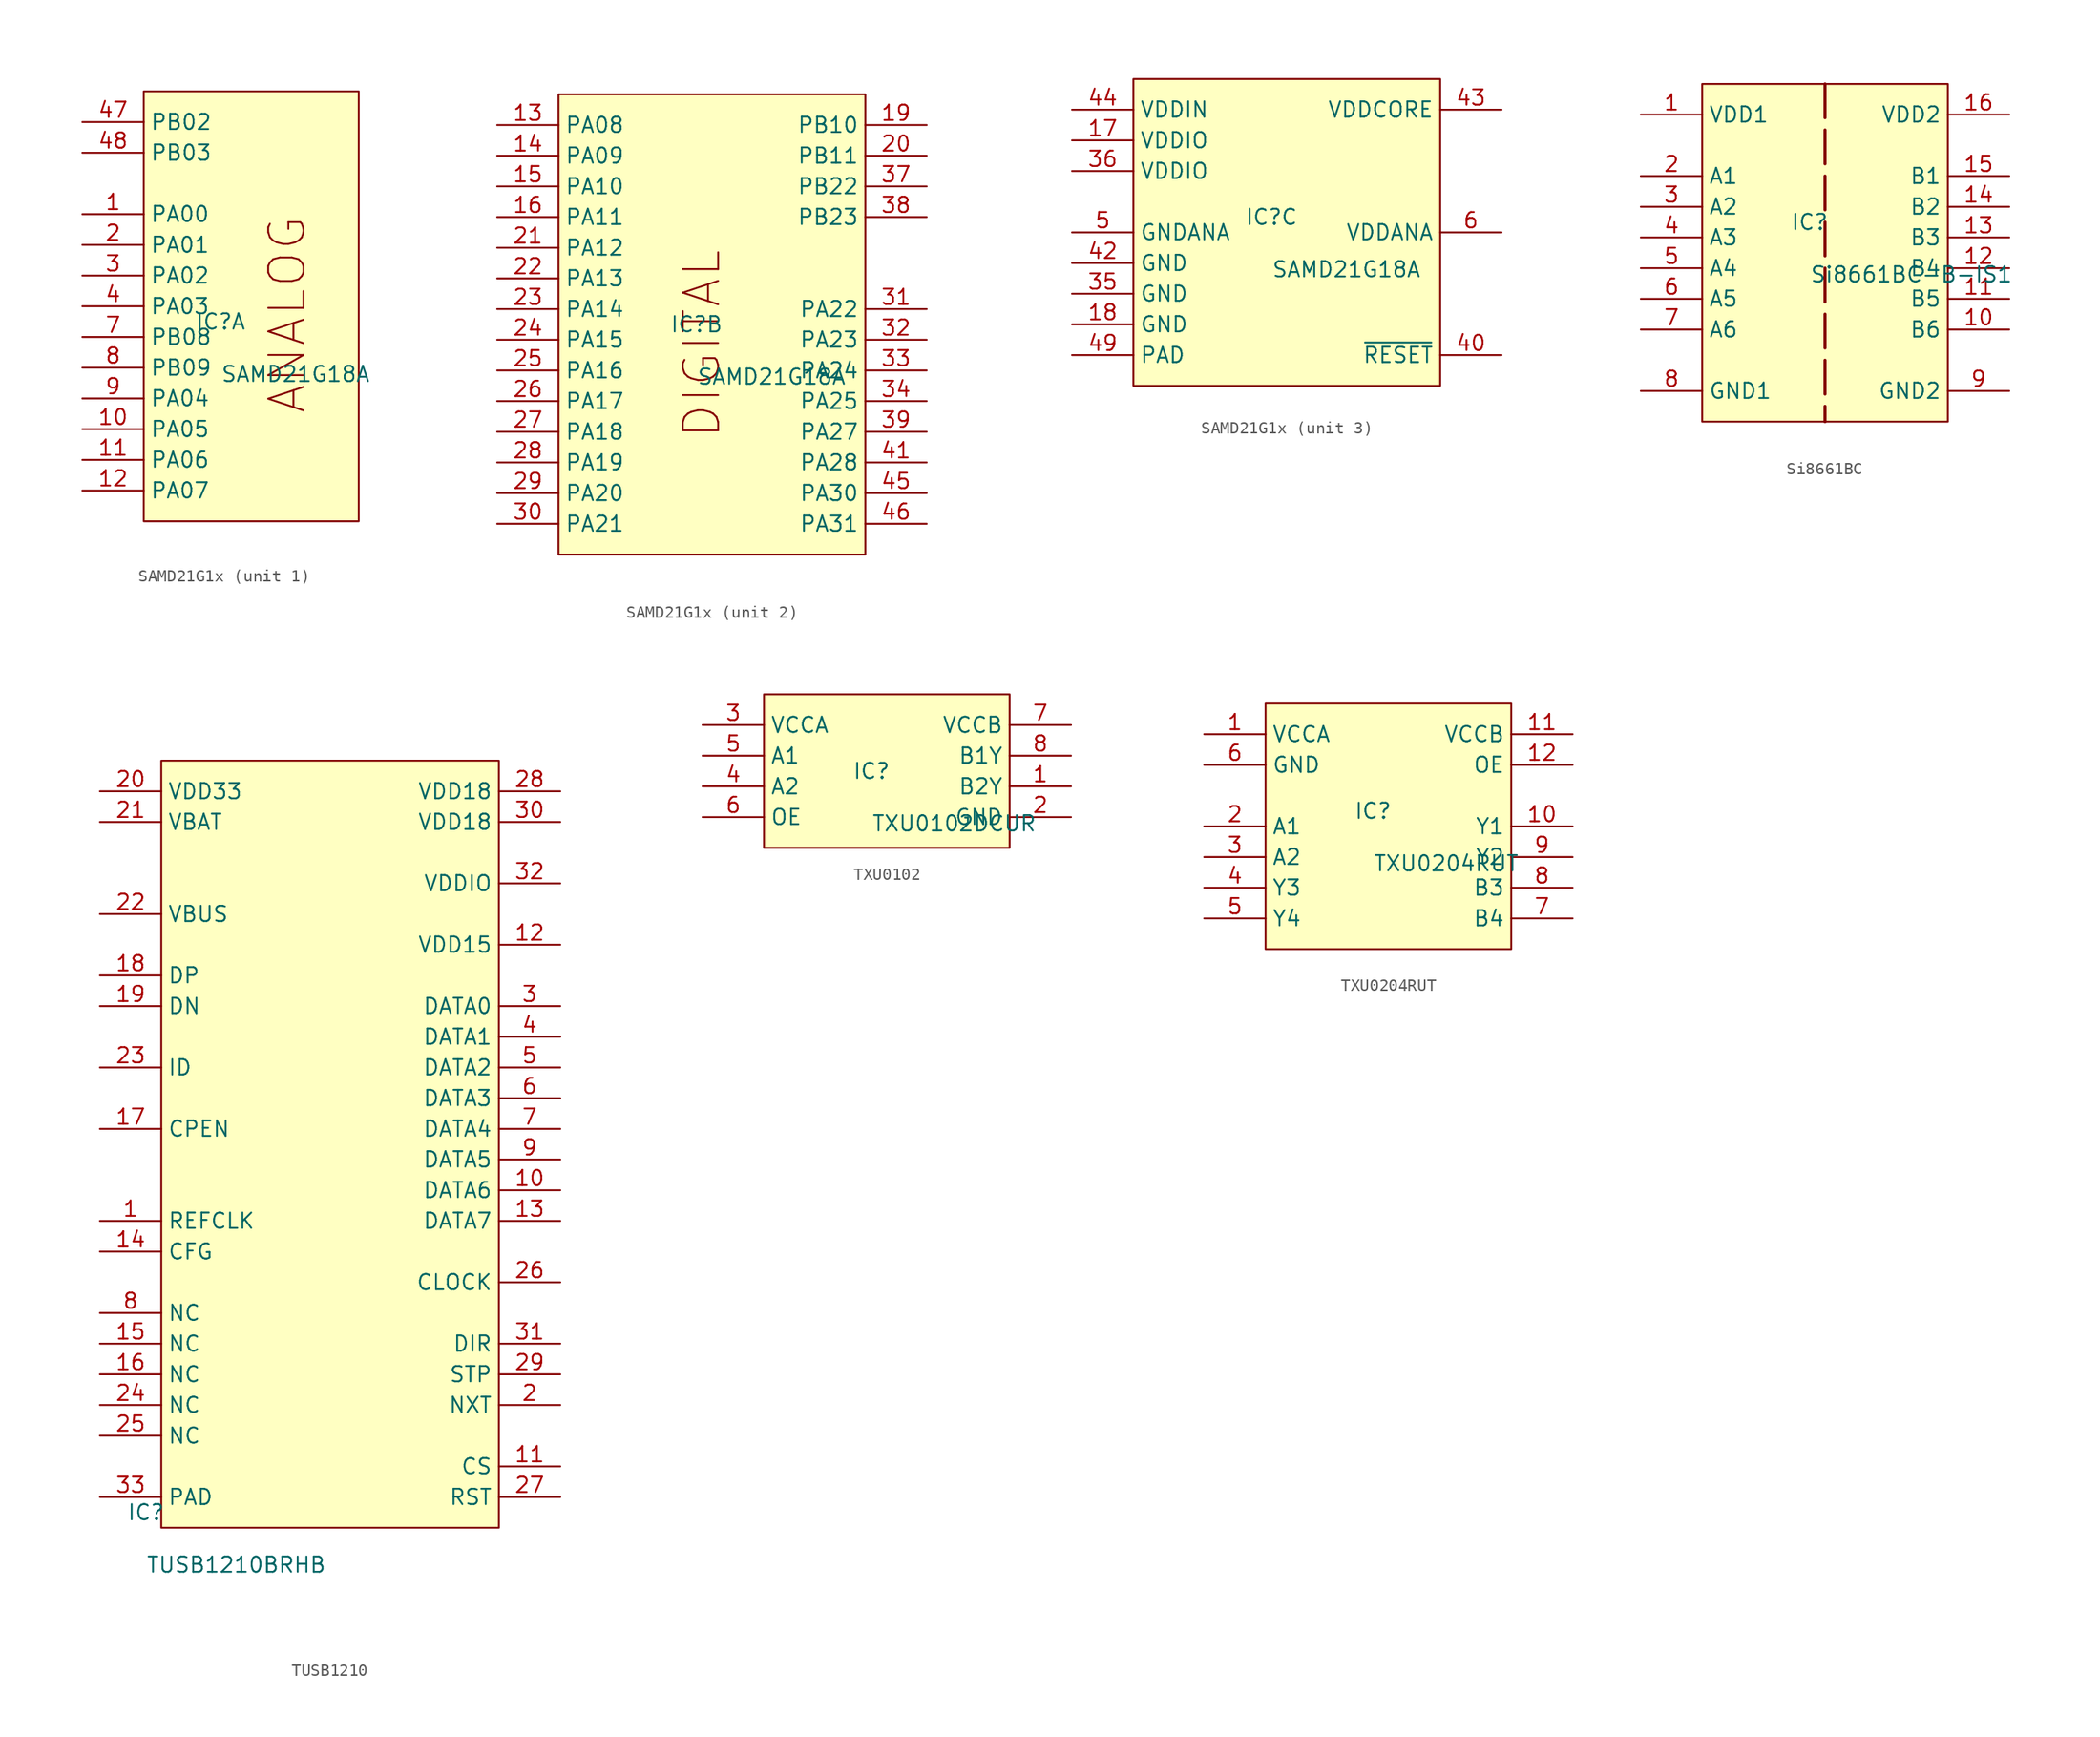
<source format=kicad_sym>
(kicad_symbol_lib
  (version 20231120)
  (generator "kicad_symbol_editor")
  (generator_version "8.0")
  (symbol "SAMD21G1x"
    (property "Reference" "IC"
      (at -1.27 1.27 0)
      (effects (font (size 1.27 1.27))))
    (property "Value" "SAMD21G18A"
      (at -1.27 -3.81 0)
      (effects (font (size 1.27 1.27)) (justify left bottom)))
    (symbol "SAMD21G1x_1_0"
      (rectangle (start -7.62 20.32) (end 10.16 -15.24) (stroke (width 0) (type solid) (color 128 0 0 1)) (fill (type background)))
      (text "ANALOG" (at 2.54 10.16 900) (effects (font (size 2.921 2.921)) (justify right top)))
      (pin passive line (at -12.7 10.16 0) (length 5.08) (name "PA00" (effects (font (size 1.27 1.27)))) (number "1" (effects (font (size 1.27 1.27)))))
      (pin passive line (at -12.7 -7.62 0) (length 5.08) (name "PA05" (effects (font (size 1.27 1.27)))) (number "10" (effects (font (size 1.27 1.27)))))
      (pin passive line (at -12.7 -10.16 0) (length 5.08) (name "PA06" (effects (font (size 1.27 1.27)))) (number "11" (effects (font (size 1.27 1.27)))))
      (pin passive line (at -12.7 -12.7 0) (length 5.08) (name "PA07" (effects (font (size 1.27 1.27)))) (number "12" (effects (font (size 1.27 1.27)))))
      (pin passive line (at -12.7 7.62 0) (length 5.08) (name "PA01" (effects (font (size 1.27 1.27)))) (number "2" (effects (font (size 1.27 1.27)))))
      (pin passive line (at -12.7 5.08 0) (length 5.08) (name "PA02" (effects (font (size 1.27 1.27)))) (number "3" (effects (font (size 1.27 1.27)))))
      (pin passive line (at -12.7 2.54 0) (length 5.08) (name "PA03" (effects (font (size 1.27 1.27)))) (number "4" (effects (font (size 1.27 1.27)))))
      (pin passive line (at -12.7 17.78 0) (length 5.08) (name "PB02" (effects (font (size 1.27 1.27)))) (number "47" (effects (font (size 1.27 1.27)))))
      (pin passive line (at -12.7 15.24 0) (length 5.08) (name "PB03" (effects (font (size 1.27 1.27)))) (number "48" (effects (font (size 1.27 1.27)))))
      (pin passive line (at -12.7 0 0) (length 5.08) (name "PB08" (effects (font (size 1.27 1.27)))) (number "7" (effects (font (size 1.27 1.27)))))
      (pin passive line (at -12.7 -2.54 0) (length 5.08) (name "PB09" (effects (font (size 1.27 1.27)))) (number "8" (effects (font (size 1.27 1.27)))))
      (pin passive line (at -12.7 -5.08 0) (length 5.08) (name "PA04" (effects (font (size 1.27 1.27)))) (number "9" (effects (font (size 1.27 1.27))))))
    (symbol "SAMD21G1x_2_0"
      (rectangle (start -12.7 20.32) (end 12.7 -17.78) (stroke (width 0) (type solid) (color 128 0 0 1)) (fill (type background)))
      (text "DIGITAL" (at -2.54 7.62 900) (effects (font (size 2.921 2.921)) (justify right top)))
      (pin passive line (at -17.78 17.78 0) (length 5.08) (name "PA08" (effects (font (size 1.27 1.27)))) (number "13" (effects (font (size 1.27 1.27)))))
      (pin passive line (at -17.78 15.24 0) (length 5.08) (name "PA09" (effects (font (size 1.27 1.27)))) (number "14" (effects (font (size 1.27 1.27)))))
      (pin passive line (at -17.78 12.7 0) (length 5.08) (name "PA10" (effects (font (size 1.27 1.27)))) (number "15" (effects (font (size 1.27 1.27)))))
      (pin passive line (at -17.78 10.16 0) (length 5.08) (name "PA11" (effects (font (size 1.27 1.27)))) (number "16" (effects (font (size 1.27 1.27)))))
      (pin passive line (at 17.78 17.78 180) (length 5.08) (name "PB10" (effects (font (size 1.27 1.27)))) (number "19" (effects (font (size 1.27 1.27)))))
      (pin passive line (at 17.78 15.24 180) (length 5.08) (name "PB11" (effects (font (size 1.27 1.27)))) (number "20" (effects (font (size 1.27 1.27)))))
      (pin passive line (at -17.78 7.62 0) (length 5.08) (name "PA12" (effects (font (size 1.27 1.27)))) (number "21" (effects (font (size 1.27 1.27)))))
      (pin passive line (at -17.78 5.08 0) (length 5.08) (name "PA13" (effects (font (size 1.27 1.27)))) (number "22" (effects (font (size 1.27 1.27)))))
      (pin passive line (at -17.78 2.54 0) (length 5.08) (name "PA14" (effects (font (size 1.27 1.27)))) (number "23" (effects (font (size 1.27 1.27)))))
      (pin passive line (at -17.78 0 0) (length 5.08) (name "PA15" (effects (font (size 1.27 1.27)))) (number "24" (effects (font (size 1.27 1.27)))))
      (pin passive line (at -17.78 -2.54 0) (length 5.08) (name "PA16" (effects (font (size 1.27 1.27)))) (number "25" (effects (font (size 1.27 1.27)))))
      (pin passive line (at -17.78 -5.08 0) (length 5.08) (name "PA17" (effects (font (size 1.27 1.27)))) (number "26" (effects (font (size 1.27 1.27)))))
      (pin passive line (at -17.78 -7.62 0) (length 5.08) (name "PA18" (effects (font (size 1.27 1.27)))) (number "27" (effects (font (size 1.27 1.27)))))
      (pin passive line (at -17.78 -10.16 0) (length 5.08) (name "PA19" (effects (font (size 1.27 1.27)))) (number "28" (effects (font (size 1.27 1.27)))))
      (pin passive line (at -17.78 -12.7 0) (length 5.08) (name "PA20" (effects (font (size 1.27 1.27)))) (number "29" (effects (font (size 1.27 1.27)))))
      (pin passive line (at -17.78 -15.24 0) (length 5.08) (name "PA21" (effects (font (size 1.27 1.27)))) (number "30" (effects (font (size 1.27 1.27)))))
      (pin passive line (at 17.78 2.54 180) (length 5.08) (name "PA22" (effects (font (size 1.27 1.27)))) (number "31" (effects (font (size 1.27 1.27)))))
      (pin passive line (at 17.78 0 180) (length 5.08) (name "PA23" (effects (font (size 1.27 1.27)))) (number "32" (effects (font (size 1.27 1.27)))))
      (pin passive line (at 17.78 -2.54 180) (length 5.08) (name "PA24" (effects (font (size 1.27 1.27)))) (number "33" (effects (font (size 1.27 1.27)))))
      (pin passive line (at 17.78 -5.08 180) (length 5.08) (name "PA25" (effects (font (size 1.27 1.27)))) (number "34" (effects (font (size 1.27 1.27)))))
      (pin passive line (at 17.78 12.7 180) (length 5.08) (name "PB22" (effects (font (size 1.27 1.27)))) (number "37" (effects (font (size 1.27 1.27)))))
      (pin passive line (at 17.78 10.16 180) (length 5.08) (name "PB23" (effects (font (size 1.27 1.27)))) (number "38" (effects (font (size 1.27 1.27)))))
      (pin passive line (at 17.78 -7.62 180) (length 5.08) (name "PA27" (effects (font (size 1.27 1.27)))) (number "39" (effects (font (size 1.27 1.27)))))
      (pin passive line (at 17.78 -10.16 180) (length 5.08) (name "PA28" (effects (font (size 1.27 1.27)))) (number "41" (effects (font (size 1.27 1.27)))))
      (pin passive line (at 17.78 -12.7 180) (length 5.08) (name "PA30" (effects (font (size 1.27 1.27)))) (number "45" (effects (font (size 1.27 1.27)))))
      (pin passive line (at 17.78 -15.24 180) (length 5.08) (name "PA31" (effects (font (size 1.27 1.27)))) (number "46" (effects (font (size 1.27 1.27))))))
    (symbol "SAMD21G1x_3_0"
      (rectangle (start -12.7 12.7) (end 12.7 -12.7) (stroke (width 0) (type solid) (color 128 0 0 1)) (fill (type background)))
      (pin passive line (at -17.78 7.62 0) (length 5.08) (name "VDDIO" (effects (font (size 1.27 1.27)))) (number "17" (effects (font (size 1.27 1.27)))))
      (pin passive line (at -17.78 -7.62 0) (length 5.08) (name "GND" (effects (font (size 1.27 1.27)))) (number "18" (effects (font (size 1.27 1.27)))))
      (pin passive line (at -17.78 -5.08 0) (length 5.08) (name "GND" (effects (font (size 1.27 1.27)))) (number "35" (effects (font (size 1.27 1.27)))))
      (pin passive line (at -17.78 5.08 0) (length 5.08) (name "VDDIO" (effects (font (size 1.27 1.27)))) (number "36" (effects (font (size 1.27 1.27)))))
      (pin passive line (at 17.78 -10.16 180) (length 5.08) (name "~{RESET}" (effects (font (size 1.27 1.27)))) (number "40" (effects (font (size 1.27 1.27)))))
      (pin passive line (at -17.78 -2.54 0) (length 5.08) (name "GND" (effects (font (size 1.27 1.27)))) (number "42" (effects (font (size 1.27 1.27)))))
      (pin passive line (at 17.78 10.16 180) (length 5.08) (name "VDDCORE" (effects (font (size 1.27 1.27)))) (number "43" (effects (font (size 1.27 1.27)))))
      (pin passive line (at -17.78 10.16 0) (length 5.08) (name "VDDIN" (effects (font (size 1.27 1.27)))) (number "44" (effects (font (size 1.27 1.27)))))
      (pin passive line (at -17.78 -10.16 0) (length 5.08) (name "PAD" (effects (font (size 1.27 1.27)))) (number "49" (effects (font (size 1.27 1.27)))))
      (pin passive line (at -17.78 0 0) (length 5.08) (name "GNDANA" (effects (font (size 1.27 1.27)))) (number "5" (effects (font (size 1.27 1.27)))))
      (pin passive line (at 17.78 0 180) (length 5.08) (name "VDDANA" (effects (font (size 1.27 1.27)))) (number "6" (effects (font (size 1.27 1.27)))))))
  (symbol "Si8661BC"
    (property "Reference" "IC"
      (at -1.27 1.27 0)
      (effects (font (size 1.27 1.27))))
    (property "Value" "Si8661BC-B-IS1"
      (at -1.27 -3.81 0)
      (effects (font (size 1.27 1.27)) (justify left bottom)))
    (symbol "Si8661BC_1_0"
      (rectangle (start -10.16 12.7) (end 10.16 -15.24) (stroke (width 0) (type solid) (color 128 0 0 1)) (fill (type background)))
      (polyline (pts (xy 0 12.7) (xy 0 -15.24)) (stroke (width 0.254) (type dash)) (fill (type none)))
      (pin power_in line (at -15.24 10.16 0) (length 5.08) (name "VDD1" (effects (font (size 1.27 1.27)))) (number "1" (effects (font (size 1.27 1.27)))))
      (pin input line (at 15.24 -7.62 180) (length 5.08) (name "B6" (effects (font (size 1.27 1.27)))) (number "10" (effects (font (size 1.27 1.27)))))
      (pin output line (at 15.24 -5.08 180) (length 5.08) (name "B5" (effects (font (size 1.27 1.27)))) (number "11" (effects (font (size 1.27 1.27)))))
      (pin output line (at 15.24 -2.54 180) (length 5.08) (name "B4" (effects (font (size 1.27 1.27)))) (number "12" (effects (font (size 1.27 1.27)))))
      (pin output line (at 15.24 0 180) (length 5.08) (name "B3" (effects (font (size 1.27 1.27)))) (number "13" (effects (font (size 1.27 1.27)))))
      (pin output line (at 15.24 2.54 180) (length 5.08) (name "B2" (effects (font (size 1.27 1.27)))) (number "14" (effects (font (size 1.27 1.27)))))
      (pin output line (at 15.24 5.08 180) (length 5.08) (name "B1" (effects (font (size 1.27 1.27)))) (number "15" (effects (font (size 1.27 1.27)))))
      (pin power_in line (at 15.24 10.16 180) (length 5.08) (name "VDD2" (effects (font (size 1.27 1.27)))) (number "16" (effects (font (size 1.27 1.27)))))
      (pin input line (at -15.24 5.08 0) (length 5.08) (name "A1" (effects (font (size 1.27 1.27)))) (number "2" (effects (font (size 1.27 1.27)))))
      (pin input line (at -15.24 2.54 0) (length 5.08) (name "A2" (effects (font (size 1.27 1.27)))) (number "3" (effects (font (size 1.27 1.27)))))
      (pin input line (at -15.24 0 0) (length 5.08) (name "A3" (effects (font (size 1.27 1.27)))) (number "4" (effects (font (size 1.27 1.27)))))
      (pin input line (at -15.24 -2.54 0) (length 5.08) (name "A4" (effects (font (size 1.27 1.27)))) (number "5" (effects (font (size 1.27 1.27)))))
      (pin input line (at -15.24 -5.08 0) (length 5.08) (name "A5" (effects (font (size 1.27 1.27)))) (number "6" (effects (font (size 1.27 1.27)))))
      (pin output line (at -15.24 -7.62 0) (length 5.08) (name "A6" (effects (font (size 1.27 1.27)))) (number "7" (effects (font (size 1.27 1.27)))))
      (pin power_in line (at -15.24 -12.7 0) (length 5.08) (name "GND1" (effects (font (size 1.27 1.27)))) (number "8" (effects (font (size 1.27 1.27)))))
      (pin power_in line (at 15.24 -12.7 180) (length 5.08) (name "GND2" (effects (font (size 1.27 1.27)))) (number "9" (effects (font (size 1.27 1.27)))))))
  (symbol "TUSB1210"
    (property "Reference" "IC"
      (at -1.27 1.27 0)
      (effects (font (size 1.27 1.27))))
    (property "Value" "TUSB1210BRHB"
      (at -1.27 -3.81 0)
      (effects (font (size 1.27 1.27)) (justify left bottom)))
    (symbol "TUSB1210_1_0"
      (rectangle (start 0 63.5) (end 27.94 0) (stroke (width 0) (type solid) (color 128 0 0 1)) (fill (type background)))
      (pin input line (at -5.08 25.4 0) (length 5.08) (name "REFCLK" (effects (font (size 1.27 1.27)))) (number "1" (effects (font (size 1.27 1.27)))))
      (pin bidirectional line (at 33.02 27.94 180) (length 5.08) (name "DATA6" (effects (font (size 1.27 1.27)))) (number "10" (effects (font (size 1.27 1.27)))))
      (pin input line (at 33.02 5.08 180) (length 5.08) (name "CS" (effects (font (size 1.27 1.27)))) (number "11" (effects (font (size 1.27 1.27)))))
      (pin passive line (at 33.02 48.26 180) (length 5.08) (name "VDD15" (effects (font (size 1.27 1.27)))) (number "12" (effects (font (size 1.27 1.27)))))
      (pin bidirectional line (at 33.02 25.4 180) (length 5.08) (name "DATA7" (effects (font (size 1.27 1.27)))) (number "13" (effects (font (size 1.27 1.27)))))
      (pin input line (at -5.08 22.86 0) (length 5.08) (name "CFG" (effects (font (size 1.27 1.27)))) (number "14" (effects (font (size 1.27 1.27)))))
      (pin passive line (at -5.08 15.24 0) (length 5.08) (name "NC" (effects (font (size 1.27 1.27)))) (number "15" (effects (font (size 1.27 1.27)))))
      (pin passive line (at -5.08 12.7 0) (length 5.08) (name "NC" (effects (font (size 1.27 1.27)))) (number "16" (effects (font (size 1.27 1.27)))))
      (pin output line (at -5.08 33.02 0) (length 5.08) (name "CPEN" (effects (font (size 1.27 1.27)))) (number "17" (effects (font (size 1.27 1.27)))))
      (pin bidirectional line (at -5.08 45.72 0) (length 5.08) (name "DP" (effects (font (size 1.27 1.27)))) (number "18" (effects (font (size 1.27 1.27)))))
      (pin bidirectional line (at -5.08 43.18 0) (length 5.08) (name "DN" (effects (font (size 1.27 1.27)))) (number "19" (effects (font (size 1.27 1.27)))))
      (pin output line (at 33.02 10.16 180) (length 5.08) (name "NXT" (effects (font (size 1.27 1.27)))) (number "2" (effects (font (size 1.27 1.27)))))
      (pin passive line (at -5.08 60.96 0) (length 5.08) (name "VDD33" (effects (font (size 1.27 1.27)))) (number "20" (effects (font (size 1.27 1.27)))))
      (pin passive line (at -5.08 58.42 0) (length 5.08) (name "VBAT" (effects (font (size 1.27 1.27)))) (number "21" (effects (font (size 1.27 1.27)))))
      (pin power_in line (at -5.08 50.8 0) (length 5.08) (name "VBUS" (effects (font (size 1.27 1.27)))) (number "22" (effects (font (size 1.27 1.27)))))
      (pin bidirectional line (at -5.08 38.1 0) (length 5.08) (name "ID" (effects (font (size 1.27 1.27)))) (number "23" (effects (font (size 1.27 1.27)))))
      (pin passive line (at -5.08 10.16 0) (length 5.08) (name "NC" (effects (font (size 1.27 1.27)))) (number "24" (effects (font (size 1.27 1.27)))))
      (pin passive line (at -5.08 7.62 0) (length 5.08) (name "NC" (effects (font (size 1.27 1.27)))) (number "25" (effects (font (size 1.27 1.27)))))
      (pin output line (at 33.02 20.32 180) (length 5.08) (name "CLOCK" (effects (font (size 1.27 1.27)))) (number "26" (effects (font (size 1.27 1.27)))))
      (pin input line (at 33.02 2.54 180) (length 5.08) (name "RST" (effects (font (size 1.27 1.27)))) (number "27" (effects (font (size 1.27 1.27)))))
      (pin passive line (at 33.02 60.96 180) (length 5.08) (name "VDD18" (effects (font (size 1.27 1.27)))) (number "28" (effects (font (size 1.27 1.27)))))
      (pin input line (at 33.02 12.7 180) (length 5.08) (name "STP" (effects (font (size 1.27 1.27)))) (number "29" (effects (font (size 1.27 1.27)))))
      (pin bidirectional line (at 33.02 43.18 180) (length 5.08) (name "DATA0" (effects (font (size 1.27 1.27)))) (number "3" (effects (font (size 1.27 1.27)))))
      (pin passive line (at 33.02 58.42 180) (length 5.08) (name "VDD18" (effects (font (size 1.27 1.27)))) (number "30" (effects (font (size 1.27 1.27)))))
      (pin output line (at 33.02 15.24 180) (length 5.08) (name "DIR" (effects (font (size 1.27 1.27)))) (number "31" (effects (font (size 1.27 1.27)))))
      (pin passive line (at 33.02 53.34 180) (length 5.08) (name "VDDIO" (effects (font (size 1.27 1.27)))) (number "32" (effects (font (size 1.27 1.27)))))
      (pin passive line (at -5.08 2.54 0) (length 5.08) (name "PAD" (effects (font (size 1.27 1.27)))) (number "33" (effects (font (size 1.27 1.27)))))
      (pin bidirectional line (at 33.02 40.64 180) (length 5.08) (name "DATA1" (effects (font (size 1.27 1.27)))) (number "4" (effects (font (size 1.27 1.27)))))
      (pin bidirectional line (at 33.02 38.1 180) (length 5.08) (name "DATA2" (effects (font (size 1.27 1.27)))) (number "5" (effects (font (size 1.27 1.27)))))
      (pin bidirectional line (at 33.02 35.56 180) (length 5.08) (name "DATA3" (effects (font (size 1.27 1.27)))) (number "6" (effects (font (size 1.27 1.27)))))
      (pin bidirectional line (at 33.02 33.02 180) (length 5.08) (name "DATA4" (effects (font (size 1.27 1.27)))) (number "7" (effects (font (size 1.27 1.27)))))
      (pin passive line (at -5.08 17.78 0) (length 5.08) (name "NC" (effects (font (size 1.27 1.27)))) (number "8" (effects (font (size 1.27 1.27)))))
      (pin bidirectional line (at 33.02 30.48 180) (length 5.08) (name "DATA5" (effects (font (size 1.27 1.27)))) (number "9" (effects (font (size 1.27 1.27)))))))
  (symbol "TXU0102"
    (property "Reference" "IC"
      (at -1.27 1.27 0)
      (effects (font (size 1.27 1.27))))
    (property "Value" "TXU0102DCUR"
      (at -1.27 -3.81 0)
      (effects (font (size 1.27 1.27)) (justify left bottom)))
    (symbol "TXU0102_1_0"
      (rectangle (start -10.16 7.62) (end 10.16 -5.08) (stroke (width 0) (type solid) (color 128 0 0 1)) (fill (type background)))
      (pin output line (at 15.24 0 180) (length 5.08) (name "B2Y" (effects (font (size 1.27 1.27)))) (number "1" (effects (font (size 1.27 1.27)))))
      (pin passive line (at 15.24 -2.54 180) (length 5.08) (name "GND" (effects (font (size 1.27 1.27)))) (number "2" (effects (font (size 1.27 1.27)))))
      (pin passive line (at -15.24 5.08 0) (length 5.08) (name "VCCA" (effects (font (size 1.27 1.27)))) (number "3" (effects (font (size 1.27 1.27)))))
      (pin input line (at -15.24 0 0) (length 5.08) (name "A2" (effects (font (size 1.27 1.27)))) (number "4" (effects (font (size 1.27 1.27)))))
      (pin input line (at -15.24 2.54 0) (length 5.08) (name "A1" (effects (font (size 1.27 1.27)))) (number "5" (effects (font (size 1.27 1.27)))))
      (pin input line (at -15.24 -2.54 0) (length 5.08) (name "OE" (effects (font (size 1.27 1.27)))) (number "6" (effects (font (size 1.27 1.27)))))
      (pin passive line (at 15.24 5.08 180) (length 5.08) (name "VCCB" (effects (font (size 1.27 1.27)))) (number "7" (effects (font (size 1.27 1.27)))))
      (pin output line (at 15.24 2.54 180) (length 5.08) (name "B1Y" (effects (font (size 1.27 1.27)))) (number "8" (effects (font (size 1.27 1.27)))))))
  (symbol "TXU0204RUT"
    (property "Reference" "IC"
      (at -1.27 1.27 0)
      (effects (font (size 1.27 1.27))))
    (property "Value" "TXU0204RUT"
      (at -1.27 -3.81 0)
      (effects (font (size 1.27 1.27)) (justify left bottom)))
    (symbol "TXU0204RUT_1_0"
      (rectangle (start -10.16 10.16) (end 10.16 -10.16) (stroke (width 0) (type solid) (color 128 0 0 1)) (fill (type background)))
      (pin passive line (at -15.24 7.62 0) (length 5.08) (name "VCCA" (effects (font (size 1.27 1.27)))) (number "1" (effects (font (size 1.27 1.27)))))
      (pin output line (at 15.24 0 180) (length 5.08) (name "Y1" (effects (font (size 1.27 1.27)))) (number "10" (effects (font (size 1.27 1.27)))))
      (pin passive line (at 15.24 7.62 180) (length 5.08) (name "VCCB" (effects (font (size 1.27 1.27)))) (number "11" (effects (font (size 1.27 1.27)))))
      (pin input line (at 15.24 5.08 180) (length 5.08) (name "OE" (effects (font (size 1.27 1.27)))) (number "12" (effects (font (size 1.27 1.27)))))
      (pin input line (at -15.24 0 0) (length 5.08) (name "A1" (effects (font (size 1.27 1.27)))) (number "2" (effects (font (size 1.27 1.27)))))
      (pin input line (at -15.24 -2.54 0) (length 5.08) (name "A2" (effects (font (size 1.27 1.27)))) (number "3" (effects (font (size 1.27 1.27)))))
      (pin output line (at -15.24 -5.08 0) (length 5.08) (name "Y3" (effects (font (size 1.27 1.27)))) (number "4" (effects (font (size 1.27 1.27)))))
      (pin output line (at -15.24 -7.62 0) (length 5.08) (name "Y4" (effects (font (size 1.27 1.27)))) (number "5" (effects (font (size 1.27 1.27)))))
      (pin passive line (at -15.24 5.08 0) (length 5.08) (name "GND" (effects (font (size 1.27 1.27)))) (number "6" (effects (font (size 1.27 1.27)))))
      (pin input line (at 15.24 -7.62 180) (length 5.08) (name "B4" (effects (font (size 1.27 1.27)))) (number "7" (effects (font (size 1.27 1.27)))))
      (pin input line (at 15.24 -5.08 180) (length 5.08) (name "B3" (effects (font (size 1.27 1.27)))) (number "8" (effects (font (size 1.27 1.27)))))
      (pin output line (at 15.24 -2.54 180) (length 5.08) (name "Y2" (effects (font (size 1.27 1.27)))) (number "9" (effects (font (size 1.27 1.27))))))))
</source>
